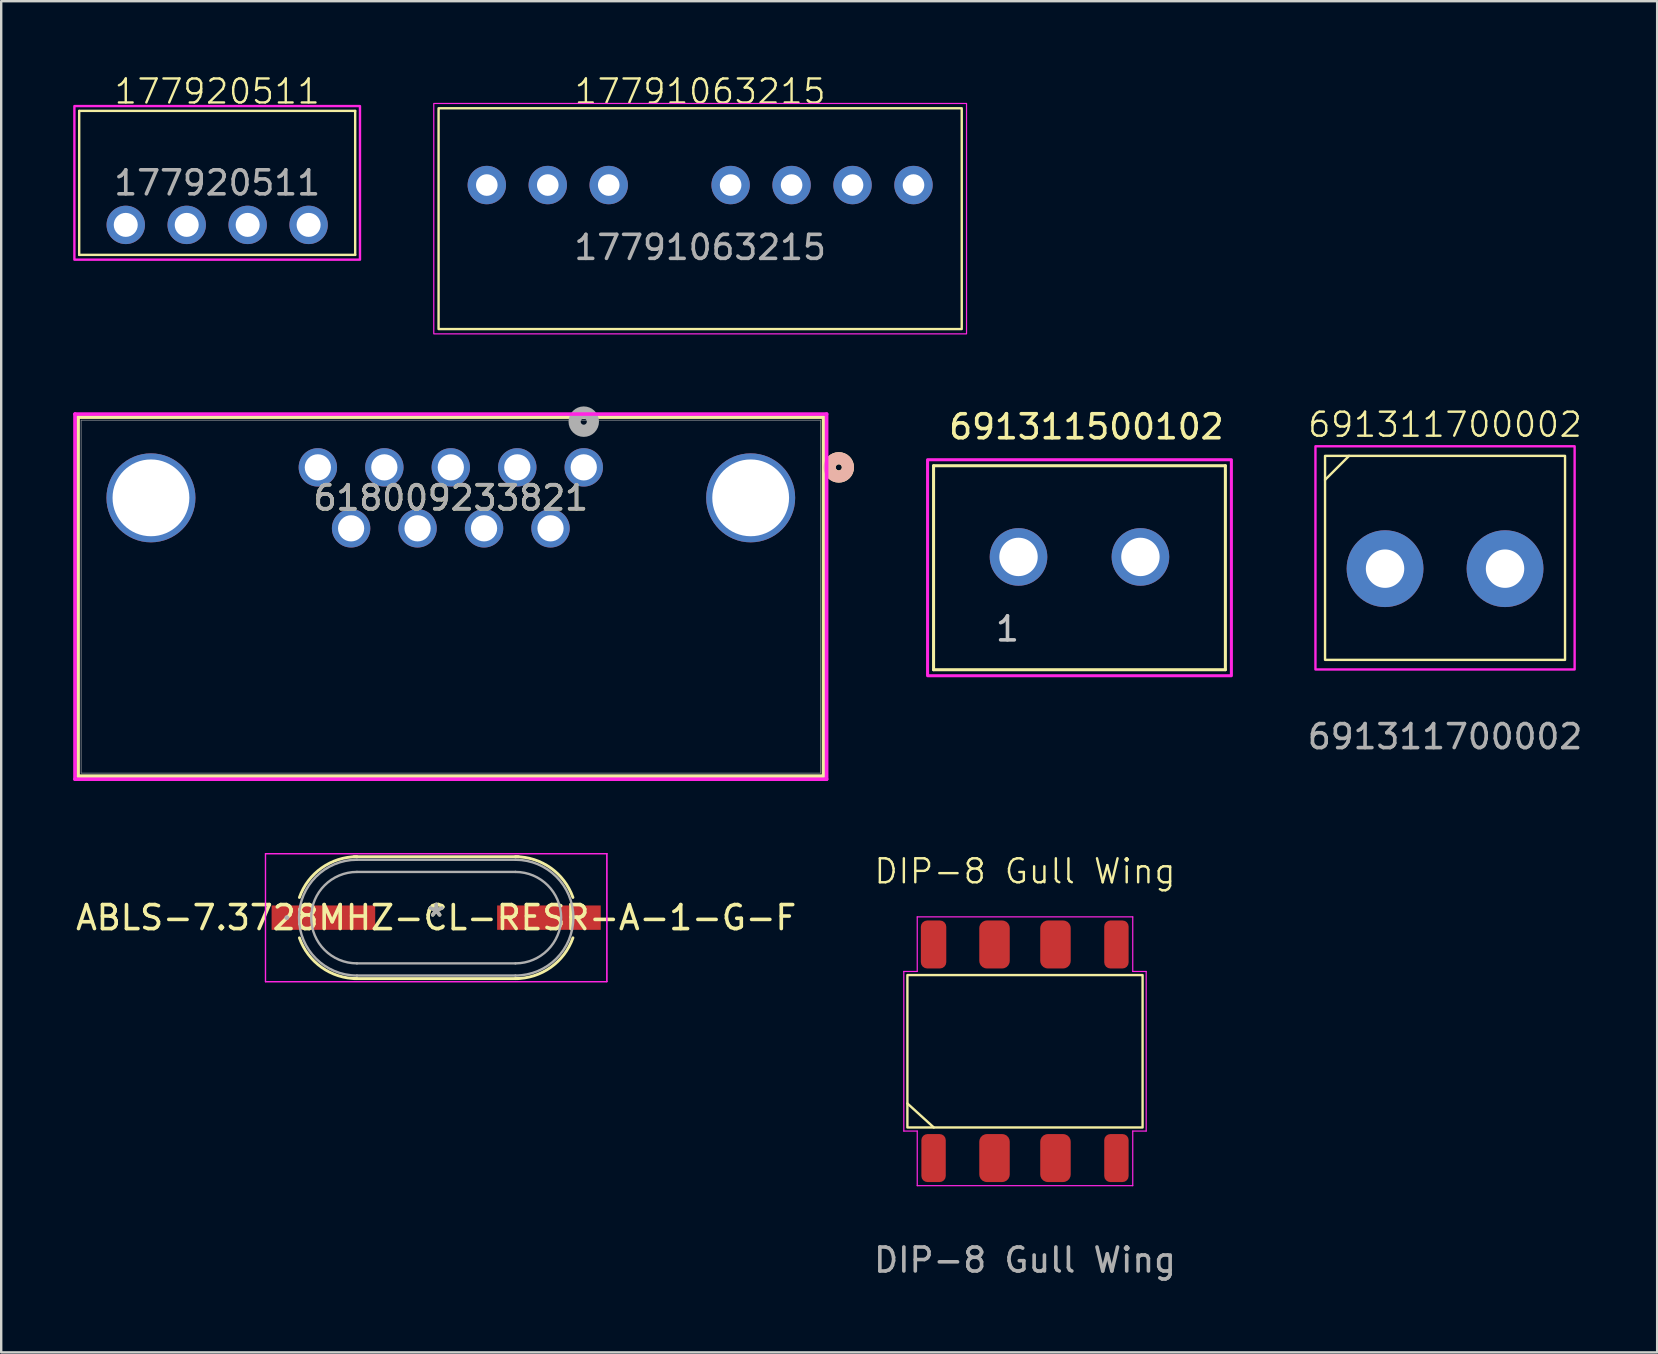
<source format=kicad_pcb>
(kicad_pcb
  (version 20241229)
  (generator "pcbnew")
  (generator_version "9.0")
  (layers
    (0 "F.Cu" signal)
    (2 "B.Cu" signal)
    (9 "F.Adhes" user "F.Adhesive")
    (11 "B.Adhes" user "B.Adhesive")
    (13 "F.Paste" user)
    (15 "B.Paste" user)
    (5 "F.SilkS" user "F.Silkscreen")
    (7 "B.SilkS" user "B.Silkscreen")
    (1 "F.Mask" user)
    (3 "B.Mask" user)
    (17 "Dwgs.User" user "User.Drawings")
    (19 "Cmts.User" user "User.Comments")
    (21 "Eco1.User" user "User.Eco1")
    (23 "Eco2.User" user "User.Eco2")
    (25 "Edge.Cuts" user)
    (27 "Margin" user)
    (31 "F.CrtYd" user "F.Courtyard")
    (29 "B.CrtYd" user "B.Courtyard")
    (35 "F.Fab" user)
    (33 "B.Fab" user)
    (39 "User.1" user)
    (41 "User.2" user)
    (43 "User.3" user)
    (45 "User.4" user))
  (footprint "618009233821"
    (layer "F.Cu")
    (at 21.275 16.425)
    (property "Reference" "618009233821" (at -5.54 1.27 0) (unlocked yes) (layer "F.SilkS") (effects (font (size 1 1) (thickness 0.15))))
    (attr through_hole)
    (fp_line (start -21.072 -2.094) (end -21.072 12.867) (stroke (width 0.152) (type solid)) (layer "F.SilkS"))
    (fp_line (start -21.072 12.867) (end 9.992 12.867) (stroke (width 0.152) (type solid)) (layer "F.SilkS"))
    (fp_line (start 9.992 -2.094) (end -21.072 -2.094) (stroke (width 0.152) (type solid)) (layer "F.SilkS"))
    (fp_line (start 9.992 12.867) (end 9.992 -2.094) (stroke (width 0.152) (type solid)) (layer "F.SilkS"))
    (fp_circle (center 10.627 0) (end 11.008 0) (stroke (width 0.508) (type solid)) (fill no) (layer "F.SilkS"))
    (fp_circle (center 10.627 0) (end 11.008 0) (stroke (width 0.508) (type solid)) (fill no) (layer "B.SilkS"))
    (fp_line (start -21.199 -2.221) (end -21.199 12.994) (stroke (width 0.152) (type solid)) (layer "F.CrtYd"))
    (fp_line (start -21.199 12.994) (end 10.119 12.994) (stroke (width 0.152) (type solid)) (layer "F.CrtYd"))
    (fp_line (start 10.119 -2.221) (end -21.199 -2.221) (stroke (width 0.152) (type solid)) (layer "F.CrtYd"))
    (fp_line (start 10.119 12.994) (end 10.119 -2.221) (stroke (width 0.152) (type solid)) (layer "F.CrtYd"))
    (fp_line (start -20.945 -1.967) (end -20.945 12.74) (stroke (width 0.025) (type solid)) (layer "F.Fab"))
    (fp_line (start -20.945 12.74) (end 9.865 12.74) (stroke (width 0.025) (type solid)) (layer "F.Fab"))
    (fp_line (start 9.865 -1.967) (end -20.945 -1.967) (stroke (width 0.025) (type solid)) (layer "F.Fab"))
    (fp_line (start 9.865 12.74) (end 9.865 -1.967) (stroke (width 0.025) (type solid)) (layer "F.Fab"))
    (fp_circle (center 0 -1.905) (end 0.381 -1.905) (stroke (width 0.508) (type solid)) (fill no) (layer "F.Fab"))
    (fp_text user "${REFERENCE}" (at -5.54 1.27 0) (unlocked yes) (layer "F.Fab") (effects (font (size 1 1) (thickness 0.15))))
    (pad "1" thru_hole circle (at 0 0) (size 1.6 1.6) (drill 1.092) (layers "*.Cu" "*.Mask"))
    (pad "2" thru_hole circle (at -2.77 0) (size 1.6 1.6) (drill 1.092) (layers "*.Cu" "*.Mask"))
    (pad "3" thru_hole circle (at -5.54 0) (size 1.6 1.6) (drill 1.092) (layers "*.Cu" "*.Mask"))
    (pad "4" thru_hole circle (at -8.31 0) (size 1.6 1.6) (drill 1.092) (layers "*.Cu" "*.Mask"))
    (pad "5" thru_hole circle (at -11.08 0) (size 1.6 1.6) (drill 1.092) (layers "*.Cu" "*.Mask"))
    (pad "6" thru_hole circle (at -1.385 2.54) (size 1.6 1.6) (drill 1.092) (layers "*.Cu" "*.Mask"))
    (pad "7" thru_hole circle (at -4.155 2.54) (size 1.6 1.6) (drill 1.092) (layers "*.Cu" "*.Mask"))
    (pad "8" thru_hole circle (at -6.925 2.54) (size 1.6 1.6) (drill 1.092) (layers "*.Cu" "*.Mask"))
    (pad "9" thru_hole circle (at -9.695 2.54) (size 1.6 1.6) (drill 1.092) (layers "*.Cu" "*.Mask"))
    (pad "10" thru_hole circle (at -18.035 1.27) (size 3.708 3.708) (drill 3.2) (layers "*.Cu" "*.Mask"))
    (pad "10" thru_hole circle (at 6.955 1.27) (size 3.708 3.708) (drill 3.2) (layers "*.Cu" "*.Mask")))
  (footprint "691311500102"
    (layer "F.Cu")
    (at 41.931 20.157)
    (property "Reference" "691311500102" (at 0.289 -5.423 0) (layer "F.SilkS") (effects (font (size 1 1) (thickness 0.15))))
    (attr through_hole)
    (fp_line (start -6.08 -3.8) (end -6.08 4.7) (stroke (width 0.127) (type solid)) (layer "F.SilkS"))
    (fp_line (start -6.08 4.7) (end 6.08 4.7) (stroke (width 0.127) (type solid)) (layer "F.SilkS"))
    (fp_line (start 6.08 -3.8) (end -6.08 -3.8) (stroke (width 0.127) (type solid)) (layer "F.SilkS"))
    (fp_line (start 6.08 4.7) (end 6.08 -3.8) (stroke (width 0.127) (type solid)) (layer "F.SilkS"))
    (fp_poly (pts (xy -6.33 -4.05) (xy 6.33 -4.05) (xy 6.33 4.95) (xy -6.33 4.95)) (stroke (width 0.127) (type solid)) (fill no) (layer "F.CrtYd"))
    (fp_text user "1" (at -3 3 0) (layer "Dwgs.User") (effects (font (size 1 1) (thickness 0.15))))
    (pad "1" thru_hole circle (at -2.54 0) (size 2.4 2.4) (drill 1.6) (layers "*.Cu" "*.Mask"))
    (pad "2" thru_hole circle (at 2.54 0) (size 2.4 2.4) (drill 1.6) (layers "*.Cu" "*.Mask")))
  (footprint "ABLS-7.3728MHZ-CL-RESR-A-1-G-F"
    (layer "F.Cu")
    (at 15.125 35.188)
    (property "Reference" "ABLS-7.3728MHZ-CL-RESR-A-1-G-F" (at 0 0 0) (layer "F.SilkS") (effects (font (size 1 1) (thickness 0.15))))
    (attr through_hole)
    (fp_line (start -3.429 -2.54) (end 3.429 -2.54) (stroke (width 0.12) (type solid)) (layer "F.SilkS"))
    (fp_line (start 3.429 2.54) (end -3.429 2.54) (stroke (width 0.12) (type solid)) (layer "F.SilkS"))
    (fp_arc (start -5.698822 -0.84074) (mid -4.771034 -2.072086) (end -3.302 -2.54) (stroke (width 0.12) (type solid)) (layer "F.SilkS"))
    (fp_arc (start -3.301997 2.54) (mid -4.771032 2.072087) (end -5.698822 0.840741) (stroke (width 0.12) (type solid)) (layer "F.SilkS"))
    (fp_arc (start 3.302 -2.54) (mid 4.771034 -2.072086) (end 5.698822 -0.84074) (stroke (width 0.12) (type solid)) (layer "F.SilkS"))
    (fp_arc (start 5.698822 0.84074) (mid 4.771034 2.072086) (end 3.302 2.54) (stroke (width 0.12) (type solid)) (layer "F.SilkS"))
    (fp_line (start -7.112 -2.667) (end 7.112 -2.667) (stroke (width 0.05) (type solid)) (layer "F.CrtYd"))
    (fp_line (start -7.112 -2.667) (end 7.112 -2.667) (stroke (width 0.05) (type solid)) (layer "F.CrtYd"))
    (fp_line (start -7.112 2.667) (end -7.112 -2.667) (stroke (width 0.05) (type solid)) (layer "F.CrtYd"))
    (fp_line (start -7.112 2.667) (end -7.112 -2.667) (stroke (width 0.05) (type solid)) (layer "F.CrtYd"))
    (fp_line (start 7.112 -2.667) (end 7.112 2.667) (stroke (width 0.05) (type solid)) (layer "F.CrtYd"))
    (fp_line (start 7.112 -2.667) (end 7.112 2.667) (stroke (width 0.05) (type solid)) (layer "F.CrtYd"))
    (fp_line (start 7.112 2.667) (end -7.112 2.667) (stroke (width 0.05) (type solid)) (layer "F.CrtYd"))
    (fp_line (start 7.112 2.667) (end -7.112 2.667) (stroke (width 0.05) (type solid)) (layer "F.CrtYd"))
    (fp_line (start -3.302 -2.413) (end 3.302 -2.413) (stroke (width 0.1) (type solid)) (layer "F.Fab"))
    (fp_line (start -3.302 -1.905) (end 3.302 -1.905) (stroke (width 0.1) (type solid)) (layer "F.Fab"))
    (fp_line (start 3.302 1.905) (end -3.302 1.905) (stroke (width 0.1) (type solid)) (layer "F.Fab"))
    (fp_line (start 3.302 2.413) (end -3.302 2.413) (stroke (width 0.1) (type solid)) (layer "F.Fab"))
    (fp_arc (start -3.302 1.905) (mid -5.207 0) (end -3.302 -1.905) (stroke (width 0.1) (type solid)) (layer "F.Fab"))
    (fp_arc (start -3.302 2.413) (mid -5.715 0) (end -3.302 -2.413) (stroke (width 0.1) (type solid)) (layer "F.Fab"))
    (fp_arc (start 3.302 -2.413) (mid 5.715 0) (end 3.302 2.413) (stroke (width 0.1) (type solid)) (layer "F.Fab"))
    (fp_arc (start 3.302 -1.905) (mid 5.207 0) (end 3.302 1.905) (stroke (width 0.1) (type solid)) (layer "F.Fab"))
    (fp_circle (center -6.223 0) (end -6.223 0) (stroke (width 0.1) (type solid)) (fill no) (layer "F.Fab"))
    (fp_text user "*" (at 0 0 0) (layer "F.SilkS") (effects (font (size 1 1) (thickness 0.15))))
    (fp_text user "*" (at 0 0 0) (layer "F.Fab") (effects (font (size 1 1) (thickness 0.15))))
    (pad "1" smd rect (at -4.699 0 90) (size 1.016 4.318) (layers "F.Cu" "F.Mask" "F.Paste"))
    (pad "2" smd rect (at 4.699 0 90) (size 1.016 4.318) (layers "F.Cu" "F.Mask" "F.Paste")))
  (footprint "177920511"
    (layer "F.Cu")
    (at 6 4.571)
    (property "Reference" "177920511" (at 0 -3.81 0) (unlocked yes) (layer "F.SilkS") (effects (font (size 1 1) (thickness 0.1))))
    (attr through_hole)
    (fp_line (start -5.75 -3) (end 5.75 -3) (stroke (width 0.1) (type default)) (layer "F.SilkS"))
    (fp_line (start -5.75 3) (end -5.75 -3) (stroke (width 0.1) (type default)) (layer "F.SilkS"))
    (fp_line (start 5.75 -3) (end 5.75 3) (stroke (width 0.1) (type default)) (layer "F.SilkS"))
    (fp_line (start 5.75 3) (end -5.75 3) (stroke (width 0.1) (type default)) (layer "F.SilkS"))
    (fp_rect (start -5.95 -3.2) (end 5.95 3.2) (stroke (width 0.1) (type default)) (fill no) (layer "F.CrtYd"))
    (fp_text user "${REFERENCE}" (at 0 0 0) (unlocked yes) (layer "F.Fab") (effects (font (size 1 1) (thickness 0.15))))
    (pad "1" thru_hole circle (at -3.81 1.75) (size 1.6 1.6) (drill 1) (layers "*.Cu" "*.Mask"))
    (pad "2" thru_hole circle (at -1.27 1.75) (size 1.6 1.6) (drill 1) (layers "*.Cu" "*.Mask"))
    (pad "3" thru_hole circle (at 1.27 1.75) (size 1.6 1.6) (drill 1) (layers "*.Cu" "*.Mask"))
    (pad "4" thru_hole circle (at 3.81 1.75) (size 1.6 1.6) (drill 1) (layers "*.Cu" "*.Mask")))
  (footprint "DIP-8 Gull Wing"
    (layer "F.Cu")
    (at 39.661 40.756)
    (property "Reference" "DIP-8 Gull Wing" (at 0 -7.5 0) (unlocked yes) (layer "F.SilkS") (effects (font (size 1 1) (thickness 0.1))))
    (attr smd)
    (fp_line (start -4.9 2.175) (end -3.8 3.175) (stroke (width 0.1) (type default)) (layer "F.SilkS"))
    (fp_rect (start -4.9 -3.175) (end 4.9 3.175) (stroke (width 0.1) (type default)) (fill no) (layer "F.SilkS"))
    (fp_line (start -5.05 3.325) (end -5.05 -3.325) (stroke (width 0.05) (type default)) (layer "F.CrtYd"))
    (fp_line (start -4.49 -5.6) (end -4.49 -3.325) (stroke (width 0.05) (type default)) (layer "F.CrtYd"))
    (fp_line (start -4.49 -5.6) (end 4.49 -5.6) (stroke (width 0.05) (type default)) (layer "F.CrtYd"))
    (fp_line (start -4.49 -3.325) (end -5.05 -3.325) (stroke (width 0.05) (type default)) (layer "F.CrtYd"))
    (fp_line (start -4.49 3.325) (end -5.05 3.325) (stroke (width 0.05) (type default)) (layer "F.CrtYd"))
    (fp_line (start -4.49 3.325) (end -4.49 5.6) (stroke (width 0.05) (type default)) (layer "F.CrtYd"))
    (fp_line (start 4.49 -3.325) (end 4.49 -5.6) (stroke (width 0.05) (type default)) (layer "F.CrtYd"))
    (fp_line (start 4.49 -3.325) (end 5.05 -3.325) (stroke (width 0.05) (type default)) (layer "F.CrtYd"))
    (fp_line (start 4.49 3.325) (end 5.05 3.325) (stroke (width 0.05) (type default)) (layer "F.CrtYd"))
    (fp_line (start 4.49 5.6) (end -4.49 5.6) (stroke (width 0.05) (type default)) (layer "F.CrtYd"))
    (fp_line (start 4.49 5.6) (end 4.49 3.325) (stroke (width 0.05) (type default)) (layer "F.CrtYd"))
    (fp_line (start 5.05 -3.325) (end 5.05 3.325) (stroke (width 0.05) (type default)) (layer "F.CrtYd"))
    (fp_text user "${REFERENCE}" (at 0 8.7 0) (unlocked yes) (layer "F.Fab") (effects (font (size 1 1) (thickness 0.15))))
    (pad "1" smd roundrect (at -3.81 4.45) (size 1.016 2) (layers "F.Cu" "F.Mask" "F.Paste") (roundrect_rratio 0.25))
    (pad "2" smd roundrect (at -1.27 4.45) (size 1.27 2) (layers "F.Cu" "F.Mask" "F.Paste") (roundrect_rratio 0.25))
    (pad "3" smd roundrect (at 1.27 4.45) (size 1.27 2) (layers "F.Cu" "F.Mask" "F.Paste") (roundrect_rratio 0.25))
    (pad "4" smd roundrect (at 3.81 4.45) (size 1.016 2) (layers "F.Cu" "F.Mask" "F.Paste") (roundrect_rratio 0.25))
    (pad "5" smd roundrect (at 3.81 -4.45) (size 1.016 2) (layers "F.Cu" "F.Mask" "F.Paste") (roundrect_rratio 0.25))
    (pad "6" smd roundrect (at 1.27 -4.45) (size 1.27 2) (layers "F.Cu" "F.Mask" "F.Paste") (roundrect_rratio 0.25))
    (pad "7" smd roundrect (at -1.27 -4.45) (size 1.27 2) (layers "F.Cu" "F.Mask" "F.Paste") (roundrect_rratio 0.25))
    (pad "8" smd roundrect (at -3.81 -4.45) (size 1.06 2) (layers "F.Cu" "F.Mask" "F.Paste") (roundrect_rratio 0.25)))
  (footprint "17791063215"
    (layer "F.Cu")
    (at 26.125 6.061)
    (property "Reference" "17791063215" (at 0 -5.3 0) (unlocked yes) (layer "F.SilkS") (effects (font (size 1 1) (thickness 0.1))))
    (attr through_hole)
    (fp_rect (start -10.9 -4.6) (end 10.9 4.6) (stroke (width 0.1) (type default)) (fill no) (layer "F.SilkS"))
    (fp_rect (start -11.1 -4.8) (end 11.1 4.8) (stroke (width 0.05) (type default)) (fill no) (layer "F.CrtYd"))
    (fp_text user "${REFERENCE}" (at 0 1.2 0) (unlocked yes) (layer "F.Fab") (effects (font (size 1 1) (thickness 0.15))))
    (pad "1" thru_hole circle (at -8.89 -1.4) (size 1.6 1.6) (drill 0.9) (layers "*.Cu" "*.Mask"))
    (pad "2" thru_hole circle (at -6.35 -1.4) (size 1.6 1.6) (drill 0.9) (layers "*.Cu" "*.Mask"))
    (pad "3" thru_hole circle (at -3.81 -1.4) (size 1.6 1.6) (drill 0.9) (layers "*.Cu" "*.Mask"))
    (pad "5" thru_hole circle (at 1.27 -1.4) (size 1.6 1.6) (drill 0.9) (layers "*.Cu" "*.Mask"))
    (pad "6" thru_hole circle (at 3.81 -1.4 90) (size 1.6 1.6) (drill 0.9) (layers "*.Cu" "*.Mask"))
    (pad "7" thru_hole circle (at 6.35 -1.4) (size 1.6 1.6) (drill 0.9) (layers "*.Cu" "*.Mask"))
    (pad "8" thru_hole circle (at 8.89 -1.4) (size 1.6 1.6) (drill 0.9) (layers "*.Cu" "*.Mask")))
  (footprint "691311700002"
    (layer "F.Cu")
    (at 57.164 20.646)
    (property "Reference" "691311700002" (at 0 -6 0) (unlocked yes) (layer "F.SilkS") (effects (font (size 1 1) (thickness 0.1))))
    (attr through_hole)
    (fp_line (start -5 -3.7) (end -4 -4.7) (stroke (width 0.1) (type default)) (layer "F.SilkS"))
    (fp_rect (start -5 3.8) (end 5 -4.7) (stroke (width 0.1) (type default)) (fill no) (layer "F.SilkS"))
    (fp_rect (start -5.4 -5.1) (end 5.4 4.2) (stroke (width 0.1) (type default)) (fill no) (layer "F.CrtYd"))
    (fp_text user "${REFERENCE}" (at 0 7 0) (unlocked yes) (layer "F.Fab") (effects (font (size 1 1) (thickness 0.15))))
    (pad "1" thru_hole circle (at -2.5 0) (size 3.2 3.2) (drill 1.6) (layers "*.Cu" "*.Mask"))
    (pad "2" thru_hole circle (at 2.5 0) (size 3.2 3.2) (drill 1.6) (layers "*.Cu" "*.Mask")))
  (gr_rect
    (start -3 -3)
    (end 66.003 53.304)
    (stroke (width 0.1) (type default))
    (fill no)
    (layer "Edge.Cuts")))
</source>
